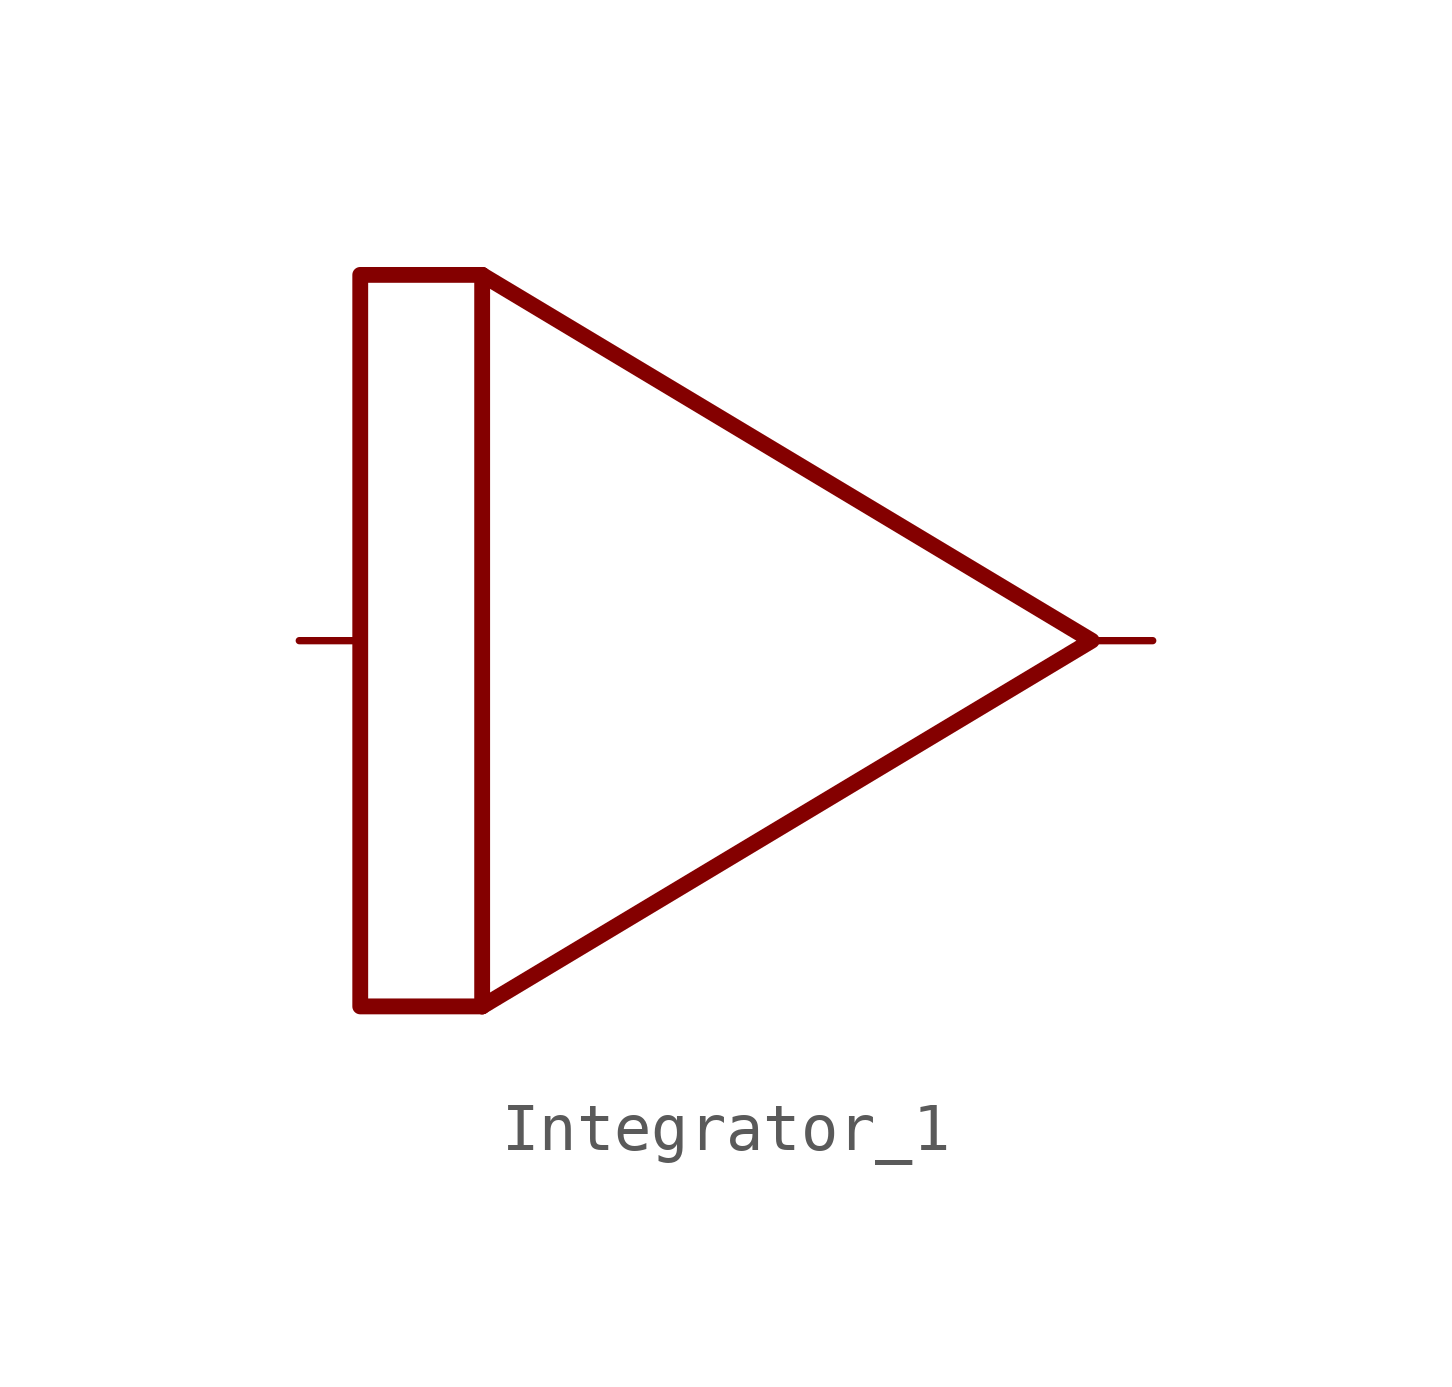
<source format=kicad_sym>
(kicad_symbol_lib
  (version 20211014)
  (generator kicad_symbol_editor)
  (symbol "Integrator_1"
    (property "Reference" "U"
      (at 11.43 10.16 0)
      (effects (font (size 1.27 1.27)) hide))
    (symbol "Integrator_1_0_0"
      (polyline (pts (xy -6.35 7.62) (xy -8.89 7.62) (xy -8.89 -7.62) (xy -6.35 -7.62)) (stroke (width 0.33) (type default) (color 0 0 0 0)) (fill (type none))))
    (symbol "Integrator_1_0_1"
      (polyline (pts (xy -6.35 -7.62) (xy -6.35 7.62)) (stroke (width 0.33) (type default) (color 0 0 0 0)) (fill (type none)))
      (polyline (pts (xy -6.35 7.62) (xy 6.35 0) (xy -6.35 -7.62)) (stroke (width 0.33) (type default) (color 0 0 0 0)) (fill (type none))))
    (symbol "Integrator_1_1_1"
      (pin input line (at -10.16 0 0) (length 1.27) (name "" (effects (font (size 1.27 1.27)))) (number "" (effects (font (size 1.27 1.27)))))
      (pin output line (at 7.62 0 180) (length 1.27) (name "" (effects (font (size 1.27 1.27)))) (number "" (effects (font (size 1.27 1.27))))))))
</source>
